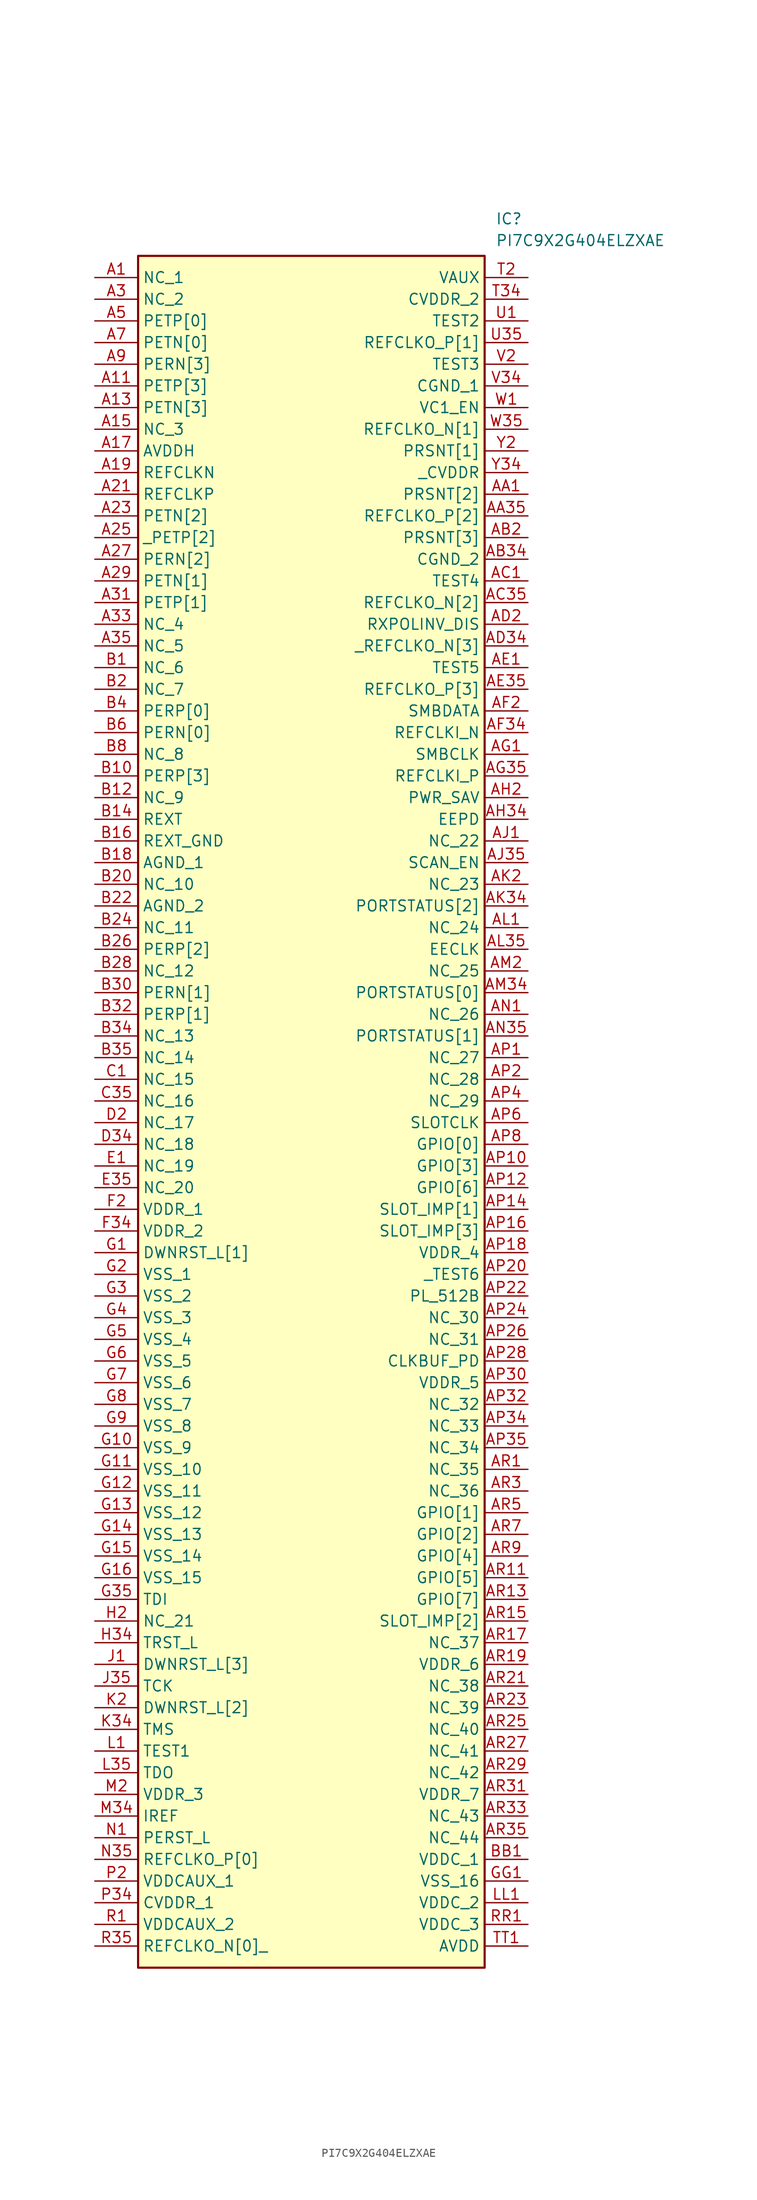
<source format=kicad_sym>
(kicad_symbol_lib
  (version 20211014)
  (generator SamacSys_ECAD_Model)
  (symbol "PI7C9X2G404ELZXAE"
    (property "Reference" "IC"
      (at 46.99 7.62 0)
      (effects (font (size 1.27 1.27)) (justify left top)))
    (property "Value" "PI7C9X2G404ELZXAE"
      (at 46.99 5.08 0)
      (effects (font (size 1.27 1.27)) (justify left top)))
    (rectangle
      (start 5.08 2.54)
      (end 45.72 -198.12)
      (stroke (width 0.254) (type default))
      (fill (type background)))
    (pin passive line
      (at 0 0 0)
      (length 5.08)
      (name "NC_1" (effects (font (size 1.27 1.27))))
      (number "A1" (effects (font (size 1.27 1.27)))))
    (pin passive line
      (at 0 -2.54 0)
      (length 5.08)
      (name "NC_2" (effects (font (size 1.27 1.27))))
      (number "A3" (effects (font (size 1.27 1.27)))))
    (pin passive line
      (at 0 -5.08 0)
      (length 5.08)
      (name "PETP[0]" (effects (font (size 1.27 1.27))))
      (number "A5" (effects (font (size 1.27 1.27)))))
    (pin passive line
      (at 0 -7.62 0)
      (length 5.08)
      (name "PETN[0]" (effects (font (size 1.27 1.27))))
      (number "A7" (effects (font (size 1.27 1.27)))))
    (pin passive line
      (at 0 -10.16 0)
      (length 5.08)
      (name "PERN[3]" (effects (font (size 1.27 1.27))))
      (number "A9" (effects (font (size 1.27 1.27)))))
    (pin passive line
      (at 0 -12.7 0)
      (length 5.08)
      (name "PETP[3]" (effects (font (size 1.27 1.27))))
      (number "A11" (effects (font (size 1.27 1.27)))))
    (pin passive line
      (at 0 -15.24 0)
      (length 5.08)
      (name "PETN[3]" (effects (font (size 1.27 1.27))))
      (number "A13" (effects (font (size 1.27 1.27)))))
    (pin passive line
      (at 0 -17.78 0)
      (length 5.08)
      (name "NC_3" (effects (font (size 1.27 1.27))))
      (number "A15" (effects (font (size 1.27 1.27)))))
    (pin passive line
      (at 0 -20.32 0)
      (length 5.08)
      (name "AVDDH" (effects (font (size 1.27 1.27))))
      (number "A17" (effects (font (size 1.27 1.27)))))
    (pin passive line
      (at 0 -22.86 0)
      (length 5.08)
      (name "REFCLKN" (effects (font (size 1.27 1.27))))
      (number "A19" (effects (font (size 1.27 1.27)))))
    (pin passive line
      (at 0 -25.4 0)
      (length 5.08)
      (name "REFCLKP" (effects (font (size 1.27 1.27))))
      (number "A21" (effects (font (size 1.27 1.27)))))
    (pin passive line
      (at 0 -27.94 0)
      (length 5.08)
      (name "PETN[2]" (effects (font (size 1.27 1.27))))
      (number "A23" (effects (font (size 1.27 1.27)))))
    (pin passive line
      (at 0 -30.48 0)
      (length 5.08)
      (name "_PETP[2]" (effects (font (size 1.27 1.27))))
      (number "A25" (effects (font (size 1.27 1.27)))))
    (pin passive line
      (at 0 -33.02 0)
      (length 5.08)
      (name "PERN[2]" (effects (font (size 1.27 1.27))))
      (number "A27" (effects (font (size 1.27 1.27)))))
    (pin passive line
      (at 0 -35.56 0)
      (length 5.08)
      (name "PETN[1]" (effects (font (size 1.27 1.27))))
      (number "A29" (effects (font (size 1.27 1.27)))))
    (pin passive line
      (at 0 -38.1 0)
      (length 5.08)
      (name "PETP[1]" (effects (font (size 1.27 1.27))))
      (number "A31" (effects (font (size 1.27 1.27)))))
    (pin passive line
      (at 0 -40.64 0)
      (length 5.08)
      (name "NC_4" (effects (font (size 1.27 1.27))))
      (number "A33" (effects (font (size 1.27 1.27)))))
    (pin passive line
      (at 0 -43.18 0)
      (length 5.08)
      (name "NC_5" (effects (font (size 1.27 1.27))))
      (number "A35" (effects (font (size 1.27 1.27)))))
    (pin passive line
      (at 0 -45.72 0)
      (length 5.08)
      (name "NC_6" (effects (font (size 1.27 1.27))))
      (number "B1" (effects (font (size 1.27 1.27)))))
    (pin passive line
      (at 0 -48.26 0)
      (length 5.08)
      (name "NC_7" (effects (font (size 1.27 1.27))))
      (number "B2" (effects (font (size 1.27 1.27)))))
    (pin passive line
      (at 0 -50.8 0)
      (length 5.08)
      (name "PERP[0]" (effects (font (size 1.27 1.27))))
      (number "B4" (effects (font (size 1.27 1.27)))))
    (pin passive line
      (at 0 -53.34 0)
      (length 5.08)
      (name "PERN[0]" (effects (font (size 1.27 1.27))))
      (number "B6" (effects (font (size 1.27 1.27)))))
    (pin passive line
      (at 0 -55.88 0)
      (length 5.08)
      (name "NC_8" (effects (font (size 1.27 1.27))))
      (number "B8" (effects (font (size 1.27 1.27)))))
    (pin passive line
      (at 0 -58.42 0)
      (length 5.08)
      (name "PERP[3]" (effects (font (size 1.27 1.27))))
      (number "B10" (effects (font (size 1.27 1.27)))))
    (pin passive line
      (at 0 -60.96 0)
      (length 5.08)
      (name "NC_9" (effects (font (size 1.27 1.27))))
      (number "B12" (effects (font (size 1.27 1.27)))))
    (pin passive line
      (at 0 -63.5 0)
      (length 5.08)
      (name "REXT" (effects (font (size 1.27 1.27))))
      (number "B14" (effects (font (size 1.27 1.27)))))
    (pin passive line
      (at 0 -66.04 0)
      (length 5.08)
      (name "REXT_GND" (effects (font (size 1.27 1.27))))
      (number "B16" (effects (font (size 1.27 1.27)))))
    (pin passive line
      (at 0 -68.58 0)
      (length 5.08)
      (name "AGND_1" (effects (font (size 1.27 1.27))))
      (number "B18" (effects (font (size 1.27 1.27)))))
    (pin passive line
      (at 0 -71.12 0)
      (length 5.08)
      (name "NC_10" (effects (font (size 1.27 1.27))))
      (number "B20" (effects (font (size 1.27 1.27)))))
    (pin passive line
      (at 0 -73.66 0)
      (length 5.08)
      (name "AGND_2" (effects (font (size 1.27 1.27))))
      (number "B22" (effects (font (size 1.27 1.27)))))
    (pin passive line
      (at 0 -76.2 0)
      (length 5.08)
      (name "NC_11" (effects (font (size 1.27 1.27))))
      (number "B24" (effects (font (size 1.27 1.27)))))
    (pin passive line
      (at 0 -78.74 0)
      (length 5.08)
      (name "PERP[2]" (effects (font (size 1.27 1.27))))
      (number "B26" (effects (font (size 1.27 1.27)))))
    (pin passive line
      (at 0 -81.28 0)
      (length 5.08)
      (name "NC_12" (effects (font (size 1.27 1.27))))
      (number "B28" (effects (font (size 1.27 1.27)))))
    (pin passive line
      (at 0 -83.82 0)
      (length 5.08)
      (name "PERN[1]" (effects (font (size 1.27 1.27))))
      (number "B30" (effects (font (size 1.27 1.27)))))
    (pin passive line
      (at 0 -86.36 0)
      (length 5.08)
      (name "PERP[1]" (effects (font (size 1.27 1.27))))
      (number "B32" (effects (font (size 1.27 1.27)))))
    (pin passive line
      (at 0 -88.9 0)
      (length 5.08)
      (name "NC_13" (effects (font (size 1.27 1.27))))
      (number "B34" (effects (font (size 1.27 1.27)))))
    (pin passive line
      (at 0 -91.44 0)
      (length 5.08)
      (name "NC_14" (effects (font (size 1.27 1.27))))
      (number "B35" (effects (font (size 1.27 1.27)))))
    (pin passive line
      (at 0 -93.98 0)
      (length 5.08)
      (name "NC_15" (effects (font (size 1.27 1.27))))
      (number "C1" (effects (font (size 1.27 1.27)))))
    (pin passive line
      (at 0 -96.52 0)
      (length 5.08)
      (name "NC_16" (effects (font (size 1.27 1.27))))
      (number "C35" (effects (font (size 1.27 1.27)))))
    (pin passive line
      (at 0 -99.06 0)
      (length 5.08)
      (name "NC_17" (effects (font (size 1.27 1.27))))
      (number "D2" (effects (font (size 1.27 1.27)))))
    (pin passive line
      (at 0 -101.6 0)
      (length 5.08)
      (name "NC_18" (effects (font (size 1.27 1.27))))
      (number "D34" (effects (font (size 1.27 1.27)))))
    (pin passive line
      (at 0 -104.14 0)
      (length 5.08)
      (name "NC_19" (effects (font (size 1.27 1.27))))
      (number "E1" (effects (font (size 1.27 1.27)))))
    (pin passive line
      (at 0 -106.68 0)
      (length 5.08)
      (name "NC_20" (effects (font (size 1.27 1.27))))
      (number "E35" (effects (font (size 1.27 1.27)))))
    (pin passive line
      (at 0 -109.22 0)
      (length 5.08)
      (name "VDDR_1" (effects (font (size 1.27 1.27))))
      (number "F2" (effects (font (size 1.27 1.27)))))
    (pin passive line
      (at 0 -111.76 0)
      (length 5.08)
      (name "VDDR_2" (effects (font (size 1.27 1.27))))
      (number "F34" (effects (font (size 1.27 1.27)))))
    (pin passive line
      (at 0 -114.3 0)
      (length 5.08)
      (name "DWNRST_L[1]" (effects (font (size 1.27 1.27))))
      (number "G1" (effects (font (size 1.27 1.27)))))
    (pin passive line
      (at 0 -116.84 0)
      (length 5.08)
      (name "VSS_1" (effects (font (size 1.27 1.27))))
      (number "G2" (effects (font (size 1.27 1.27)))))
    (pin passive line
      (at 0 -119.38 0)
      (length 5.08)
      (name "VSS_2" (effects (font (size 1.27 1.27))))
      (number "G3" (effects (font (size 1.27 1.27)))))
    (pin passive line
      (at 0 -121.92 0)
      (length 5.08)
      (name "VSS_3" (effects (font (size 1.27 1.27))))
      (number "G4" (effects (font (size 1.27 1.27)))))
    (pin passive line
      (at 0 -124.46 0)
      (length 5.08)
      (name "VSS_4" (effects (font (size 1.27 1.27))))
      (number "G5" (effects (font (size 1.27 1.27)))))
    (pin passive line
      (at 0 -127 0)
      (length 5.08)
      (name "VSS_5" (effects (font (size 1.27 1.27))))
      (number "G6" (effects (font (size 1.27 1.27)))))
    (pin passive line
      (at 0 -129.54 0)
      (length 5.08)
      (name "VSS_6" (effects (font (size 1.27 1.27))))
      (number "G7" (effects (font (size 1.27 1.27)))))
    (pin passive line
      (at 0 -132.08 0)
      (length 5.08)
      (name "VSS_7" (effects (font (size 1.27 1.27))))
      (number "G8" (effects (font (size 1.27 1.27)))))
    (pin passive line
      (at 0 -134.62 0)
      (length 5.08)
      (name "VSS_8" (effects (font (size 1.27 1.27))))
      (number "G9" (effects (font (size 1.27 1.27)))))
    (pin passive line
      (at 0 -137.16 0)
      (length 5.08)
      (name "VSS_9" (effects (font (size 1.27 1.27))))
      (number "G10" (effects (font (size 1.27 1.27)))))
    (pin passive line
      (at 0 -139.7 0)
      (length 5.08)
      (name "VSS_10" (effects (font (size 1.27 1.27))))
      (number "G11" (effects (font (size 1.27 1.27)))))
    (pin passive line
      (at 0 -142.24 0)
      (length 5.08)
      (name "VSS_11" (effects (font (size 1.27 1.27))))
      (number "G12" (effects (font (size 1.27 1.27)))))
    (pin passive line
      (at 0 -144.78 0)
      (length 5.08)
      (name "VSS_12" (effects (font (size 1.27 1.27))))
      (number "G13" (effects (font (size 1.27 1.27)))))
    (pin passive line
      (at 0 -147.32 0)
      (length 5.08)
      (name "VSS_13" (effects (font (size 1.27 1.27))))
      (number "G14" (effects (font (size 1.27 1.27)))))
    (pin passive line
      (at 0 -149.86 0)
      (length 5.08)
      (name "VSS_14" (effects (font (size 1.27 1.27))))
      (number "G15" (effects (font (size 1.27 1.27)))))
    (pin passive line
      (at 0 -152.4 0)
      (length 5.08)
      (name "VSS_15" (effects (font (size 1.27 1.27))))
      (number "G16" (effects (font (size 1.27 1.27)))))
    (pin passive line
      (at 0 -154.94 0)
      (length 5.08)
      (name "TDI" (effects (font (size 1.27 1.27))))
      (number "G35" (effects (font (size 1.27 1.27)))))
    (pin passive line
      (at 0 -157.48 0)
      (length 5.08)
      (name "NC_21" (effects (font (size 1.27 1.27))))
      (number "H2" (effects (font (size 1.27 1.27)))))
    (pin passive line
      (at 0 -160.02 0)
      (length 5.08)
      (name "TRST_L" (effects (font (size 1.27 1.27))))
      (number "H34" (effects (font (size 1.27 1.27)))))
    (pin passive line
      (at 0 -162.56 0)
      (length 5.08)
      (name "DWNRST_L[3]" (effects (font (size 1.27 1.27))))
      (number "J1" (effects (font (size 1.27 1.27)))))
    (pin passive line
      (at 0 -165.1 0)
      (length 5.08)
      (name "TCK" (effects (font (size 1.27 1.27))))
      (number "J35" (effects (font (size 1.27 1.27)))))
    (pin passive line
      (at 0 -167.64 0)
      (length 5.08)
      (name "DWNRST_L[2]" (effects (font (size 1.27 1.27))))
      (number "K2" (effects (font (size 1.27 1.27)))))
    (pin passive line
      (at 0 -170.18 0)
      (length 5.08)
      (name "TMS" (effects (font (size 1.27 1.27))))
      (number "K34" (effects (font (size 1.27 1.27)))))
    (pin passive line
      (at 0 -172.72 0)
      (length 5.08)
      (name "TEST1" (effects (font (size 1.27 1.27))))
      (number "L1" (effects (font (size 1.27 1.27)))))
    (pin passive line
      (at 0 -175.26 0)
      (length 5.08)
      (name "TDO" (effects (font (size 1.27 1.27))))
      (number "L35" (effects (font (size 1.27 1.27)))))
    (pin passive line
      (at 0 -177.8 0)
      (length 5.08)
      (name "VDDR_3" (effects (font (size 1.27 1.27))))
      (number "M2" (effects (font (size 1.27 1.27)))))
    (pin passive line
      (at 0 -180.34 0)
      (length 5.08)
      (name "IREF" (effects (font (size 1.27 1.27))))
      (number "M34" (effects (font (size 1.27 1.27)))))
    (pin passive line
      (at 0 -182.88 0)
      (length 5.08)
      (name "PERST_L" (effects (font (size 1.27 1.27))))
      (number "N1" (effects (font (size 1.27 1.27)))))
    (pin passive line
      (at 0 -185.42 0)
      (length 5.08)
      (name "REFCLKO_P[0]" (effects (font (size 1.27 1.27))))
      (number "N35" (effects (font (size 1.27 1.27)))))
    (pin passive line
      (at 0 -187.96 0)
      (length 5.08)
      (name "VDDCAUX_1" (effects (font (size 1.27 1.27))))
      (number "P2" (effects (font (size 1.27 1.27)))))
    (pin passive line
      (at 0 -190.5 0)
      (length 5.08)
      (name "CVDDR_1" (effects (font (size 1.27 1.27))))
      (number "P34" (effects (font (size 1.27 1.27)))))
    (pin passive line
      (at 0 -193.04 0)
      (length 5.08)
      (name "VDDCAUX_2" (effects (font (size 1.27 1.27))))
      (number "R1" (effects (font (size 1.27 1.27)))))
    (pin passive line
      (at 0 -195.58 0)
      (length 5.08)
      (name "REFCLKO_N[0]_" (effects (font (size 1.27 1.27))))
      (number "R35" (effects (font (size 1.27 1.27)))))
    (pin passive line
      (at 50.8 0 180)
      (length 5.08)
      (name "VAUX" (effects (font (size 1.27 1.27))))
      (number "T2" (effects (font (size 1.27 1.27)))))
    (pin passive line
      (at 50.8 -2.54 180)
      (length 5.08)
      (name "CVDDR_2" (effects (font (size 1.27 1.27))))
      (number "T34" (effects (font (size 1.27 1.27)))))
    (pin passive line
      (at 50.8 -5.08 180)
      (length 5.08)
      (name "TEST2" (effects (font (size 1.27 1.27))))
      (number "U1" (effects (font (size 1.27 1.27)))))
    (pin passive line
      (at 50.8 -7.62 180)
      (length 5.08)
      (name "REFCLKO_P[1]" (effects (font (size 1.27 1.27))))
      (number "U35" (effects (font (size 1.27 1.27)))))
    (pin passive line
      (at 50.8 -10.16 180)
      (length 5.08)
      (name "TEST3" (effects (font (size 1.27 1.27))))
      (number "V2" (effects (font (size 1.27 1.27)))))
    (pin passive line
      (at 50.8 -12.7 180)
      (length 5.08)
      (name "CGND_1" (effects (font (size 1.27 1.27))))
      (number "V34" (effects (font (size 1.27 1.27)))))
    (pin passive line
      (at 50.8 -15.24 180)
      (length 5.08)
      (name "VC1_EN" (effects (font (size 1.27 1.27))))
      (number "W1" (effects (font (size 1.27 1.27)))))
    (pin passive line
      (at 50.8 -17.78 180)
      (length 5.08)
      (name "REFCLKO_N[1]" (effects (font (size 1.27 1.27))))
      (number "W35" (effects (font (size 1.27 1.27)))))
    (pin passive line
      (at 50.8 -20.32 180)
      (length 5.08)
      (name "PRSNT[1]" (effects (font (size 1.27 1.27))))
      (number "Y2" (effects (font (size 1.27 1.27)))))
    (pin passive line
      (at 50.8 -22.86 180)
      (length 5.08)
      (name "_CVDDR" (effects (font (size 1.27 1.27))))
      (number "Y34" (effects (font (size 1.27 1.27)))))
    (pin passive line
      (at 50.8 -25.4 180)
      (length 5.08)
      (name "PRSNT[2]" (effects (font (size 1.27 1.27))))
      (number "AA1" (effects (font (size 1.27 1.27)))))
    (pin passive line
      (at 50.8 -27.94 180)
      (length 5.08)
      (name "REFCLKO_P[2]" (effects (font (size 1.27 1.27))))
      (number "AA35" (effects (font (size 1.27 1.27)))))
    (pin passive line
      (at 50.8 -30.48 180)
      (length 5.08)
      (name "PRSNT[3]" (effects (font (size 1.27 1.27))))
      (number "AB2" (effects (font (size 1.27 1.27)))))
    (pin passive line
      (at 50.8 -33.02 180)
      (length 5.08)
      (name "CGND_2" (effects (font (size 1.27 1.27))))
      (number "AB34" (effects (font (size 1.27 1.27)))))
    (pin passive line
      (at 50.8 -35.56 180)
      (length 5.08)
      (name "TEST4" (effects (font (size 1.27 1.27))))
      (number "AC1" (effects (font (size 1.27 1.27)))))
    (pin passive line
      (at 50.8 -38.1 180)
      (length 5.08)
      (name "REFCLKO_N[2]" (effects (font (size 1.27 1.27))))
      (number "AC35" (effects (font (size 1.27 1.27)))))
    (pin passive line
      (at 50.8 -40.64 180)
      (length 5.08)
      (name "RXPOLINV_DIS" (effects (font (size 1.27 1.27))))
      (number "AD2" (effects (font (size 1.27 1.27)))))
    (pin passive line
      (at 50.8 -43.18 180)
      (length 5.08)
      (name "_REFCLKO_N[3]" (effects (font (size 1.27 1.27))))
      (number "AD34" (effects (font (size 1.27 1.27)))))
    (pin passive line
      (at 50.8 -45.72 180)
      (length 5.08)
      (name "TEST5" (effects (font (size 1.27 1.27))))
      (number "AE1" (effects (font (size 1.27 1.27)))))
    (pin passive line
      (at 50.8 -48.26 180)
      (length 5.08)
      (name "REFCLKO_P[3]" (effects (font (size 1.27 1.27))))
      (number "AE35" (effects (font (size 1.27 1.27)))))
    (pin passive line
      (at 50.8 -50.8 180)
      (length 5.08)
      (name "SMBDATA" (effects (font (size 1.27 1.27))))
      (number "AF2" (effects (font (size 1.27 1.27)))))
    (pin passive line
      (at 50.8 -53.34 180)
      (length 5.08)
      (name "REFCLKI_N" (effects (font (size 1.27 1.27))))
      (number "AF34" (effects (font (size 1.27 1.27)))))
    (pin passive line
      (at 50.8 -55.88 180)
      (length 5.08)
      (name "SMBCLK" (effects (font (size 1.27 1.27))))
      (number "AG1" (effects (font (size 1.27 1.27)))))
    (pin passive line
      (at 50.8 -58.42 180)
      (length 5.08)
      (name "REFCLKI_P" (effects (font (size 1.27 1.27))))
      (number "AG35" (effects (font (size 1.27 1.27)))))
    (pin passive line
      (at 50.8 -60.96 180)
      (length 5.08)
      (name "PWR_SAV" (effects (font (size 1.27 1.27))))
      (number "AH2" (effects (font (size 1.27 1.27)))))
    (pin passive line
      (at 50.8 -63.5 180)
      (length 5.08)
      (name "EEPD" (effects (font (size 1.27 1.27))))
      (number "AH34" (effects (font (size 1.27 1.27)))))
    (pin passive line
      (at 50.8 -66.04 180)
      (length 5.08)
      (name "NC_22" (effects (font (size 1.27 1.27))))
      (number "AJ1" (effects (font (size 1.27 1.27)))))
    (pin passive line
      (at 50.8 -68.58 180)
      (length 5.08)
      (name "SCAN_EN" (effects (font (size 1.27 1.27))))
      (number "AJ35" (effects (font (size 1.27 1.27)))))
    (pin passive line
      (at 50.8 -71.12 180)
      (length 5.08)
      (name "NC_23" (effects (font (size 1.27 1.27))))
      (number "AK2" (effects (font (size 1.27 1.27)))))
    (pin passive line
      (at 50.8 -73.66 180)
      (length 5.08)
      (name "PORTSTATUS[2]" (effects (font (size 1.27 1.27))))
      (number "AK34" (effects (font (size 1.27 1.27)))))
    (pin passive line
      (at 50.8 -76.2 180)
      (length 5.08)
      (name "NC_24" (effects (font (size 1.27 1.27))))
      (number "AL1" (effects (font (size 1.27 1.27)))))
    (pin passive line
      (at 50.8 -78.74 180)
      (length 5.08)
      (name "EECLK" (effects (font (size 1.27 1.27))))
      (number "AL35" (effects (font (size 1.27 1.27)))))
    (pin passive line
      (at 50.8 -81.28 180)
      (length 5.08)
      (name "NC_25" (effects (font (size 1.27 1.27))))
      (number "AM2" (effects (font (size 1.27 1.27)))))
    (pin passive line
      (at 50.8 -83.82 180)
      (length 5.08)
      (name "PORTSTATUS[0]" (effects (font (size 1.27 1.27))))
      (number "AM34" (effects (font (size 1.27 1.27)))))
    (pin passive line
      (at 50.8 -86.36 180)
      (length 5.08)
      (name "NC_26" (effects (font (size 1.27 1.27))))
      (number "AN1" (effects (font (size 1.27 1.27)))))
    (pin passive line
      (at 50.8 -88.9 180)
      (length 5.08)
      (name "PORTSTATUS[1]" (effects (font (size 1.27 1.27))))
      (number "AN35" (effects (font (size 1.27 1.27)))))
    (pin passive line
      (at 50.8 -91.44 180)
      (length 5.08)
      (name "NC_27" (effects (font (size 1.27 1.27))))
      (number "AP1" (effects (font (size 1.27 1.27)))))
    (pin passive line
      (at 50.8 -93.98 180)
      (length 5.08)
      (name "NC_28" (effects (font (size 1.27 1.27))))
      (number "AP2" (effects (font (size 1.27 1.27)))))
    (pin passive line
      (at 50.8 -96.52 180)
      (length 5.08)
      (name "NC_29" (effects (font (size 1.27 1.27))))
      (number "AP4" (effects (font (size 1.27 1.27)))))
    (pin passive line
      (at 50.8 -99.06 180)
      (length 5.08)
      (name "SLOTCLK" (effects (font (size 1.27 1.27))))
      (number "AP6" (effects (font (size 1.27 1.27)))))
    (pin passive line
      (at 50.8 -101.6 180)
      (length 5.08)
      (name "GPIO[0]" (effects (font (size 1.27 1.27))))
      (number "AP8" (effects (font (size 1.27 1.27)))))
    (pin passive line
      (at 50.8 -104.14 180)
      (length 5.08)
      (name "GPIO[3]" (effects (font (size 1.27 1.27))))
      (number "AP10" (effects (font (size 1.27 1.27)))))
    (pin passive line
      (at 50.8 -106.68 180)
      (length 5.08)
      (name "GPIO[6]" (effects (font (size 1.27 1.27))))
      (number "AP12" (effects (font (size 1.27 1.27)))))
    (pin passive line
      (at 50.8 -109.22 180)
      (length 5.08)
      (name "SLOT_IMP[1]" (effects (font (size 1.27 1.27))))
      (number "AP14" (effects (font (size 1.27 1.27)))))
    (pin passive line
      (at 50.8 -111.76 180)
      (length 5.08)
      (name "SLOT_IMP[3]" (effects (font (size 1.27 1.27))))
      (number "AP16" (effects (font (size 1.27 1.27)))))
    (pin passive line
      (at 50.8 -114.3 180)
      (length 5.08)
      (name "VDDR_4" (effects (font (size 1.27 1.27))))
      (number "AP18" (effects (font (size 1.27 1.27)))))
    (pin passive line
      (at 50.8 -116.84 180)
      (length 5.08)
      (name "_TEST6" (effects (font (size 1.27 1.27))))
      (number "AP20" (effects (font (size 1.27 1.27)))))
    (pin passive line
      (at 50.8 -119.38 180)
      (length 5.08)
      (name "PL_512B" (effects (font (size 1.27 1.27))))
      (number "AP22" (effects (font (size 1.27 1.27)))))
    (pin passive line
      (at 50.8 -121.92 180)
      (length 5.08)
      (name "NC_30" (effects (font (size 1.27 1.27))))
      (number "AP24" (effects (font (size 1.27 1.27)))))
    (pin passive line
      (at 50.8 -124.46 180)
      (length 5.08)
      (name "NC_31" (effects (font (size 1.27 1.27))))
      (number "AP26" (effects (font (size 1.27 1.27)))))
    (pin passive line
      (at 50.8 -127 180)
      (length 5.08)
      (name "CLKBUF_PD" (effects (font (size 1.27 1.27))))
      (number "AP28" (effects (font (size 1.27 1.27)))))
    (pin passive line
      (at 50.8 -129.54 180)
      (length 5.08)
      (name "VDDR_5" (effects (font (size 1.27 1.27))))
      (number "AP30" (effects (font (size 1.27 1.27)))))
    (pin passive line
      (at 50.8 -132.08 180)
      (length 5.08)
      (name "NC_32" (effects (font (size 1.27 1.27))))
      (number "AP32" (effects (font (size 1.27 1.27)))))
    (pin passive line
      (at 50.8 -134.62 180)
      (length 5.08)
      (name "NC_33" (effects (font (size 1.27 1.27))))
      (number "AP34" (effects (font (size 1.27 1.27)))))
    (pin passive line
      (at 50.8 -137.16 180)
      (length 5.08)
      (name "NC_34" (effects (font (size 1.27 1.27))))
      (number "AP35" (effects (font (size 1.27 1.27)))))
    (pin passive line
      (at 50.8 -139.7 180)
      (length 5.08)
      (name "NC_35" (effects (font (size 1.27 1.27))))
      (number "AR1" (effects (font (size 1.27 1.27)))))
    (pin passive line
      (at 50.8 -142.24 180)
      (length 5.08)
      (name "NC_36" (effects (font (size 1.27 1.27))))
      (number "AR3" (effects (font (size 1.27 1.27)))))
    (pin passive line
      (at 50.8 -144.78 180)
      (length 5.08)
      (name "GPIO[1]" (effects (font (size 1.27 1.27))))
      (number "AR5" (effects (font (size 1.27 1.27)))))
    (pin passive line
      (at 50.8 -147.32 180)
      (length 5.08)
      (name "GPIO[2]" (effects (font (size 1.27 1.27))))
      (number "AR7" (effects (font (size 1.27 1.27)))))
    (pin passive line
      (at 50.8 -149.86 180)
      (length 5.08)
      (name "GPIO[4]" (effects (font (size 1.27 1.27))))
      (number "AR9" (effects (font (size 1.27 1.27)))))
    (pin passive line
      (at 50.8 -152.4 180)
      (length 5.08)
      (name "GPIO[5]" (effects (font (size 1.27 1.27))))
      (number "AR11" (effects (font (size 1.27 1.27)))))
    (pin passive line
      (at 50.8 -154.94 180)
      (length 5.08)
      (name "GPIO[7]" (effects (font (size 1.27 1.27))))
      (number "AR13" (effects (font (size 1.27 1.27)))))
    (pin passive line
      (at 50.8 -157.48 180)
      (length 5.08)
      (name "SLOT_IMP[2]" (effects (font (size 1.27 1.27))))
      (number "AR15" (effects (font (size 1.27 1.27)))))
    (pin passive line
      (at 50.8 -160.02 180)
      (length 5.08)
      (name "NC_37" (effects (font (size 1.27 1.27))))
      (number "AR17" (effects (font (size 1.27 1.27)))))
    (pin passive line
      (at 50.8 -162.56 180)
      (length 5.08)
      (name "VDDR_6" (effects (font (size 1.27 1.27))))
      (number "AR19" (effects (font (size 1.27 1.27)))))
    (pin passive line
      (at 50.8 -165.1 180)
      (length 5.08)
      (name "NC_38" (effects (font (size 1.27 1.27))))
      (number "AR21" (effects (font (size 1.27 1.27)))))
    (pin passive line
      (at 50.8 -167.64 180)
      (length 5.08)
      (name "NC_39" (effects (font (size 1.27 1.27))))
      (number "AR23" (effects (font (size 1.27 1.27)))))
    (pin passive line
      (at 50.8 -170.18 180)
      (length 5.08)
      (name "NC_40" (effects (font (size 1.27 1.27))))
      (number "AR25" (effects (font (size 1.27 1.27)))))
    (pin passive line
      (at 50.8 -172.72 180)
      (length 5.08)
      (name "NC_41" (effects (font (size 1.27 1.27))))
      (number "AR27" (effects (font (size 1.27 1.27)))))
    (pin passive line
      (at 50.8 -175.26 180)
      (length 5.08)
      (name "NC_42" (effects (font (size 1.27 1.27))))
      (number "AR29" (effects (font (size 1.27 1.27)))))
    (pin passive line
      (at 50.8 -177.8 180)
      (length 5.08)
      (name "VDDR_7" (effects (font (size 1.27 1.27))))
      (number "AR31" (effects (font (size 1.27 1.27)))))
    (pin passive line
      (at 50.8 -180.34 180)
      (length 5.08)
      (name "NC_43" (effects (font (size 1.27 1.27))))
      (number "AR33" (effects (font (size 1.27 1.27)))))
    (pin passive line
      (at 50.8 -182.88 180)
      (length 5.08)
      (name "NC_44" (effects (font (size 1.27 1.27))))
      (number "AR35" (effects (font (size 1.27 1.27)))))
    (pin passive line
      (at 50.8 -185.42 180)
      (length 5.08)
      (name "VDDC_1" (effects (font (size 1.27 1.27))))
      (number "BB1" (effects (font (size 1.27 1.27)))))
    (pin passive line
      (at 50.8 -187.96 180)
      (length 5.08)
      (name "VSS_16" (effects (font (size 1.27 1.27))))
      (number "GG1" (effects (font (size 1.27 1.27)))))
    (pin passive line
      (at 50.8 -190.5 180)
      (length 5.08)
      (name "VDDC_2" (effects (font (size 1.27 1.27))))
      (number "LL1" (effects (font (size 1.27 1.27)))))
    (pin passive line
      (at 50.8 -193.04 180)
      (length 5.08)
      (name "VDDC_3" (effects (font (size 1.27 1.27))))
      (number "RR1" (effects (font (size 1.27 1.27)))))
    (pin passive line
      (at 50.8 -195.58 180)
      (length 5.08)
      (name "AVDD" (effects (font (size 1.27 1.27))))
      (number "TT1" (effects (font (size 1.27 1.27)))))))
</source>
